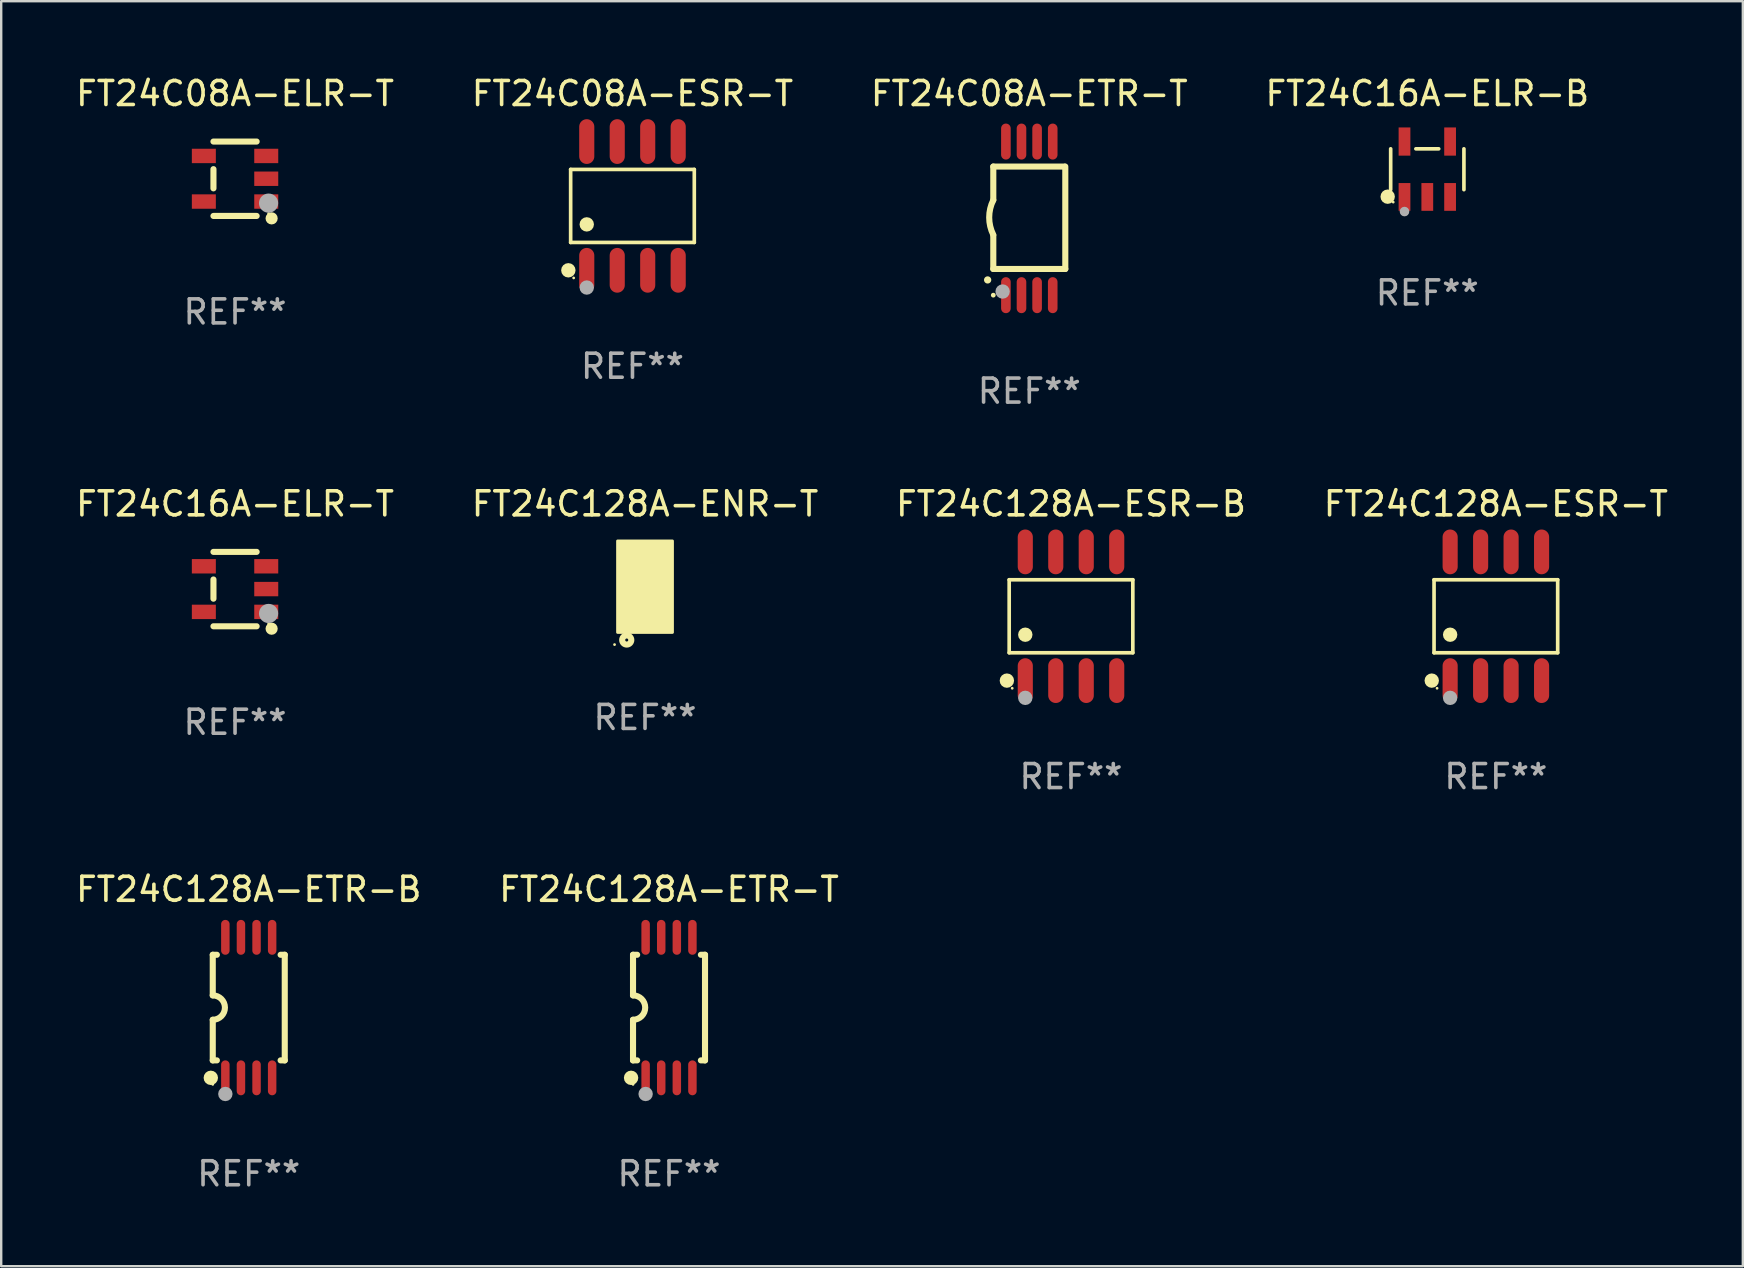
<source format=kicad_pcb>
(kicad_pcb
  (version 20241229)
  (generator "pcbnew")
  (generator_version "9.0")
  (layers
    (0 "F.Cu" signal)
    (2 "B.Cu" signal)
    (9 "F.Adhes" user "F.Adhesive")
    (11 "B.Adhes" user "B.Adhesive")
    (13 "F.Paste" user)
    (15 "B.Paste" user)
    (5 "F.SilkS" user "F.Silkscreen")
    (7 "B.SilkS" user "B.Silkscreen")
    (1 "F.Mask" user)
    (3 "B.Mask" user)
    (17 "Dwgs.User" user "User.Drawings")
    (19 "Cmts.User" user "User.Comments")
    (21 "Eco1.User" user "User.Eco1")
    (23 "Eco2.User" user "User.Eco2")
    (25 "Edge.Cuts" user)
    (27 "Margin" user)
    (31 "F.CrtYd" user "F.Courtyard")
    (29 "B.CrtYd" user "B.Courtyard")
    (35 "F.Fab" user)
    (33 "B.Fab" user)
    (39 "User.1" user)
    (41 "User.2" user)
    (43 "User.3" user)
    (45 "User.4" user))
  (footprint "FT24C08A-ETR-T"
    (layer "F.Cu")
    (at 39.839 6.049)
    (property "Reference" "FT24C08A-ETR-T" (at 0 -5.2 0) (layer "F.SilkS") (effects (font (size 1 1) (thickness 0.15))))
    (attr through_hole)
    (fp_line (start -1.5 -0.762) (end -1.5 -2.159) (stroke (width 0.254) (type solid)) (layer "F.SilkS"))
    (fp_line (start -1.5 2.108) (end -1.5 0.711) (stroke (width 0.254) (type solid)) (layer "F.SilkS"))
    (fp_line (start -1.5 2.108) (end 1.5 2.108) (stroke (width 0.254) (type solid)) (layer "F.SilkS"))
    (fp_line (start 1.463 -2.159) (end -1.5 -2.159) (stroke (width 0.254) (type solid)) (layer "F.SilkS"))
    (fp_line (start 1.5 2.108) (end 1.5 -2.159) (stroke (width 0.254) (type solid)) (layer "F.SilkS"))
    (fp_arc (start -1.737287 2.565405) (mid -1.736017 2.5654) (end -1.734747 2.565405) (stroke (width 0.3) (type solid)) (layer "F.SilkS"))
    (fp_arc (start -1.500076 0.685801) (mid -1.670966 -0.0381) (end -1.500076 -0.762002) (stroke (width 0.254001) (type solid)) (layer "F.SilkS"))
    (fp_circle (center -1.5 3.2) (end -1.45 3.2) (stroke (width 0.1) (type solid)) (fill no) (layer "F.SilkS"))
    (fp_circle (center -1.112 3.048) (end -0.962 3.048) (stroke (width 0.3) (type solid)) (fill no) (layer "F.Fab"))
    (fp_text user "REF**" (at 0 7.2 0) (layer "F.Fab") (effects (font (size 1 1) (thickness 0.15))))
    (pad "1" smd oval (at -0.975 3.2 180) (size 0.4 1.5) (layers "F.Cu" "F.Mask" "F.Paste"))
    (pad "2" smd oval (at -0.325 3.2 180) (size 0.4 1.5) (layers "F.Cu" "F.Mask" "F.Paste"))
    (pad "3" smd oval (at 0.325 3.2 180) (size 0.4 1.5) (layers "F.Cu" "F.Mask" "F.Paste"))
    (pad "4" smd oval (at 0.976 3.2 180) (size 0.4 1.5) (layers "F.Cu" "F.Mask" "F.Paste"))
    (pad "5" smd oval (at 0.976 -3.2 180) (size 0.4 1.5) (layers "F.Cu" "F.Mask" "F.Paste"))
    (pad "6" smd oval (at 0.325 -3.2 180) (size 0.4 1.5) (layers "F.Cu" "F.Mask" "F.Paste"))
    (pad "7" smd oval (at -0.325 -3.2 180) (size 0.4 1.5) (layers "F.Cu" "F.Mask" "F.Paste"))
    (pad "8" smd oval (at -0.975 -3.2 180) (size 0.4 1.5) (layers "F.Cu" "F.Mask" "F.Paste")))
  (footprint "FT24C16A-ELR-B"
    (layer "F.Cu")
    (at 56.423 4.002)
    (property "Reference" "FT24C16A-ELR-B" (at 0 -3.154 0) (layer "F.SilkS") (effects (font (size 1 1) (thickness 0.15))))
    (attr through_hole)
    (fp_line (start -1.526 0.851) (end -1.526 -0.851) (stroke (width 0.152) (type solid)) (layer "F.SilkS"))
    (fp_line (start 0.476 -0.851) (end -0.476 -0.851) (stroke (width 0.152) (type solid)) (layer "F.SilkS"))
    (fp_line (start 1.526 0.851) (end 1.526 -0.851) (stroke (width 0.152) (type solid)) (layer "F.SilkS"))
    (fp_circle (center -1.651 1.143) (end -1.501 1.143) (stroke (width 0.3) (type solid)) (fill no) (layer "F.SilkS"))
    (fp_circle (center -1.42 1.37) (end -1.39 1.37) (stroke (width 0.06) (type solid)) (fill no) (layer "F.SilkS"))
    (fp_circle (center -0.95 1.763) (end -0.85 1.763) (stroke (width 0.2) (type solid)) (fill no) (layer "F.Fab"))
    (fp_text user "REF**" (at 0 5.154 0) (layer "F.Fab") (effects (font (size 1 1) (thickness 0.15))))
    (pad "1" smd rect (at -0.95 1.154) (size 0.49 1.157) (layers "F.Cu" "F.Mask" "F.Paste"))
    (pad "2" smd rect (at 0 1.154) (size 0.49 1.157) (layers "F.Cu" "F.Mask" "F.Paste"))
    (pad "3" smd rect (at 0.95 1.154) (size 0.49 1.157) (layers "F.Cu" "F.Mask" "F.Paste"))
    (pad "4" smd rect (at 0.95 -1.154) (size 0.49 1.175) (layers "F.Cu" "F.Mask" "F.Paste"))
    (pad "5" smd rect (at -0.95 -1.154) (size 0.49 1.175) (layers "F.Cu" "F.Mask" "F.Paste")))
  (footprint "FT24C08A-ELR-T"
    (layer "F.Cu")
    (at 6.744 4.398)
    (property "Reference" "FT24C08A-ELR-T" (at 0 -3.55 0) (layer "F.SilkS") (effects (font (size 1 1) (thickness 0.15))))
    (attr through_hole)
    (fp_line (start -0.9 -1.55) (end 0.9 -1.55) (stroke (width 0.254) (type solid)) (layer "F.SilkS"))
    (fp_line (start -0.9 0.4) (end -0.9 -0.4) (stroke (width 0.254) (type solid)) (layer "F.SilkS"))
    (fp_line (start -0.9 1.55) (end 0.9 1.55) (stroke (width 0.254) (type solid)) (layer "F.SilkS"))
    (fp_circle (center 1.4 1.45) (end 1.43 1.45) (stroke (width 0.06) (type solid)) (fill no) (layer "F.SilkS"))
    (fp_circle (center 1.524 1.651) (end 1.651 1.651) (stroke (width 0.254) (type solid)) (fill no) (layer "F.SilkS"))
    (fp_circle (center 1.397 1.016) (end 1.597 1.016) (stroke (width 0.4) (type solid)) (fill no) (layer "F.Fab"))
    (fp_text user "REF**" (at 0 5.55 0) (layer "F.Fab") (effects (font (size 1 1) (thickness 0.15))))
    (pad "1" smd rect (at 1.3 0.95) (size 1 0.6) (layers "F.Cu" "F.Mask" "F.Paste"))
    (pad "2" smd rect (at 1.3 -0.000051) (size 1 0.6) (layers "F.Cu" "F.Mask" "F.Paste"))
    (pad "3" smd rect (at 1.3 -0.95) (size 1 0.6) (layers "F.Cu" "F.Mask" "F.Paste"))
    (pad "4" smd rect (at -1.3 -0.95) (size 1 0.6) (layers "F.Cu" "F.Mask" "F.Paste"))
    (pad "5" smd rect (at -1.3 0.95) (size 1 0.6) (layers "F.Cu" "F.Mask" "F.Paste")))
  (footprint "FT24C16A-ELR-T"
    (layer "F.Cu")
    (at 6.744 21.496)
    (property "Reference" "FT24C16A-ELR-T" (at 0 -3.55 0) (layer "F.SilkS") (effects (font (size 1 1) (thickness 0.15))))
    (attr through_hole)
    (fp_line (start -0.9 -1.55) (end 0.9 -1.55) (stroke (width 0.254) (type solid)) (layer "F.SilkS"))
    (fp_line (start -0.9 0.4) (end -0.9 -0.4) (stroke (width 0.254) (type solid)) (layer "F.SilkS"))
    (fp_line (start -0.9 1.55) (end 0.9 1.55) (stroke (width 0.254) (type solid)) (layer "F.SilkS"))
    (fp_circle (center 1.4 1.45) (end 1.43 1.45) (stroke (width 0.06) (type solid)) (fill no) (layer "F.SilkS"))
    (fp_circle (center 1.524 1.651) (end 1.651 1.651) (stroke (width 0.254) (type solid)) (fill no) (layer "F.SilkS"))
    (fp_circle (center 1.397 1.016) (end 1.597 1.016) (stroke (width 0.4) (type solid)) (fill no) (layer "F.Fab"))
    (fp_text user "REF**" (at 0 5.55 0) (layer "F.Fab") (effects (font (size 1 1) (thickness 0.15))))
    (pad "1" smd rect (at 1.3 0.95) (size 1 0.6) (layers "F.Cu" "F.Mask" "F.Paste"))
    (pad "2" smd rect (at 1.3 -0.000051) (size 1 0.6) (layers "F.Cu" "F.Mask" "F.Paste"))
    (pad "3" smd rect (at 1.3 -0.95) (size 1 0.6) (layers "F.Cu" "F.Mask" "F.Paste"))
    (pad "4" smd rect (at -1.3 -0.95) (size 1 0.6) (layers "F.Cu" "F.Mask" "F.Paste"))
    (pad "5" smd rect (at -1.3 0.95) (size 1 0.6) (layers "F.Cu" "F.Mask" "F.Paste")))
  (footprint "FT24C128A-ESR-B"
    (layer "F.Cu")
    (at 41.577 22.628)
    (property "Reference" "FT24C128A-ESR-B" (at 0 -4.682 0) (layer "F.SilkS") (effects (font (size 1 1) (thickness 0.15))))
    (attr through_hole)
    (fp_line (start -2.576 -1.521) (end 2.576 -1.521) (stroke (width 0.152) (type solid)) (layer "F.SilkS"))
    (fp_line (start -2.576 1.521) (end -2.576 -1.521) (stroke (width 0.152) (type solid)) (layer "F.SilkS"))
    (fp_line (start 2.576 -1.521) (end 2.576 1.521) (stroke (width 0.152) (type solid)) (layer "F.SilkS"))
    (fp_line (start 2.576 1.521) (end -2.576 1.521) (stroke (width 0.152) (type solid)) (layer "F.SilkS"))
    (fp_circle (center -2.672 2.682) (end -2.522 2.682) (stroke (width 0.3) (type solid)) (fill no) (layer "F.SilkS"))
    (fp_circle (center -2.45 3) (end -2.42 3) (stroke (width 0.06) (type solid)) (fill no) (layer "F.SilkS"))
    (fp_circle (center -1.905 0.769) (end -1.755 0.769) (stroke (width 0.3) (type solid)) (fill no) (layer "F.SilkS"))
    (fp_circle (center -1.905 3.4) (end -1.755 3.4) (stroke (width 0.3) (type solid)) (fill no) (layer "F.Fab"))
    (fp_text user "REF**" (at 0 6.682 0) (layer "F.Fab") (effects (font (size 1 1) (thickness 0.15))))
    (pad "1" smd oval (at -1.905 2.682) (size 0.63 1.865) (layers "F.Cu" "F.Mask" "F.Paste"))
    (pad "2" smd oval (at -0.635 2.682) (size 0.63 1.865) (layers "F.Cu" "F.Mask" "F.Paste"))
    (pad "3" smd oval (at 0.635 2.682) (size 0.63 1.865) (layers "F.Cu" "F.Mask" "F.Paste"))
    (pad "4" smd oval (at 1.905 2.682) (size 0.63 1.865) (layers "F.Cu" "F.Mask" "F.Paste"))
    (pad "5" smd oval (at 1.905 -2.682) (size 0.63 1.865) (layers "F.Cu" "F.Mask" "F.Paste"))
    (pad "6" smd oval (at 0.635 -2.682) (size 0.63 1.865) (layers "F.Cu" "F.Mask" "F.Paste"))
    (pad "7" smd oval (at -0.635 -2.682) (size 0.63 1.865) (layers "F.Cu" "F.Mask" "F.Paste"))
    (pad "8" smd oval (at -1.905 -2.682) (size 0.63 1.865) (layers "F.Cu" "F.Mask" "F.Paste")))
  (footprint "FT24C08A-ESR-T"
    (layer "F.Cu")
    (at 23.304 5.531)
    (property "Reference" "FT24C08A-ESR-T" (at 0 -4.682 0) (layer "F.SilkS") (effects (font (size 1 1) (thickness 0.15))))
    (attr through_hole)
    (fp_line (start -2.576 -1.521) (end 2.576 -1.521) (stroke (width 0.152) (type solid)) (layer "F.SilkS"))
    (fp_line (start -2.576 1.521) (end -2.576 -1.521) (stroke (width 0.152) (type solid)) (layer "F.SilkS"))
    (fp_line (start 2.576 -1.521) (end 2.576 1.521) (stroke (width 0.152) (type solid)) (layer "F.SilkS"))
    (fp_line (start 2.576 1.521) (end -2.576 1.521) (stroke (width 0.152) (type solid)) (layer "F.SilkS"))
    (fp_circle (center -2.672 2.682) (end -2.522 2.682) (stroke (width 0.3) (type solid)) (fill no) (layer "F.SilkS"))
    (fp_circle (center -2.45 3) (end -2.42 3) (stroke (width 0.06) (type solid)) (fill no) (layer "F.SilkS"))
    (fp_circle (center -1.905 0.769) (end -1.755 0.769) (stroke (width 0.3) (type solid)) (fill no) (layer "F.SilkS"))
    (fp_circle (center -1.905 3.4) (end -1.755 3.4) (stroke (width 0.3) (type solid)) (fill no) (layer "F.Fab"))
    (fp_text user "REF**" (at 0 6.682 0) (layer "F.Fab") (effects (font (size 1 1) (thickness 0.15))))
    (pad "1" smd oval (at -1.905 2.682) (size 0.63 1.865) (layers "F.Cu" "F.Mask" "F.Paste"))
    (pad "2" smd oval (at -0.635 2.682) (size 0.63 1.865) (layers "F.Cu" "F.Mask" "F.Paste"))
    (pad "3" smd oval (at 0.635 2.682) (size 0.63 1.865) (layers "F.Cu" "F.Mask" "F.Paste"))
    (pad "4" smd oval (at 1.905 2.682) (size 0.63 1.865) (layers "F.Cu" "F.Mask" "F.Paste"))
    (pad "5" smd oval (at 1.905 -2.682) (size 0.63 1.865) (layers "F.Cu" "F.Mask" "F.Paste"))
    (pad "6" smd oval (at 0.635 -2.682) (size 0.63 1.865) (layers "F.Cu" "F.Mask" "F.Paste"))
    (pad "7" smd oval (at -0.635 -2.682) (size 0.63 1.865) (layers "F.Cu" "F.Mask" "F.Paste"))
    (pad "8" smd oval (at -1.905 -2.682) (size 0.63 1.865) (layers "F.Cu" "F.Mask" "F.Paste")))
  (footprint "FT24C128A-ETR-B"
    (layer "F.Cu")
    (at 7.315 38.934)
    (property "Reference" "FT24C128A-ETR-B" (at 0 -4.927 0) (layer "F.SilkS") (effects (font (size 1 1) (thickness 0.15))))
    (attr through_hole)
    (fp_line (start -1.5 -2.2) (end -1.5 -0.508) (stroke (width 0.254) (type solid)) (layer "F.SilkS"))
    (fp_line (start -1.5 -2.2) (end -1.328 -2.2) (stroke (width 0.254) (type solid)) (layer "F.SilkS"))
    (fp_line (start -1.5 2.2) (end -1.5 0.508) (stroke (width 0.254) (type solid)) (layer "F.SilkS"))
    (fp_line (start -1.5 2.2) (end -1.328 2.2) (stroke (width 0.254) (type solid)) (layer "F.SilkS"))
    (fp_line (start 1.328 -2.2) (end 1.5 -2.2) (stroke (width 0.254) (type solid)) (layer "F.SilkS"))
    (fp_line (start 1.328 2.2) (end 1.5 2.2) (stroke (width 0.254) (type solid)) (layer "F.SilkS"))
    (fp_line (start 1.5 -2.2) (end 1.5 2.2) (stroke (width 0.254) (type solid)) (layer "F.SilkS"))
    (fp_arc (start -1.501144 -0.508) (mid -0.993143 -0.000571) (end -1.5 0.508001) (stroke (width 0.254001) (type solid)) (layer "F.SilkS"))
    (fp_circle (center -1.581 2.927) (end -1.431 2.927) (stroke (width 0.3) (type solid)) (fill no) (layer "F.SilkS"))
    (fp_circle (center -1.5 3.2) (end -1.47 3.2) (stroke (width 0.06) (type solid)) (fill no) (layer "F.SilkS"))
    (fp_circle (center -0.975 3.6) (end -0.825 3.6) (stroke (width 0.3) (type solid)) (fill no) (layer "F.Fab"))
    (fp_text user "REF**" (at 0 6.927 0) (layer "F.Fab") (effects (font (size 1 1) (thickness 0.15))))
    (pad "1" smd oval (at -0.975 2.927) (size 0.353 1.454) (layers "F.Cu" "F.Mask" "F.Paste"))
    (pad "2" smd oval (at -0.325 2.927) (size 0.353 1.454) (layers "F.Cu" "F.Mask" "F.Paste"))
    (pad "3" smd oval (at 0.325 2.927) (size 0.353 1.454) (layers "F.Cu" "F.Mask" "F.Paste"))
    (pad "4" smd oval (at 0.975 2.927) (size 0.353 1.454) (layers "F.Cu" "F.Mask" "F.Paste"))
    (pad "5" smd oval (at 0.975 -2.927) (size 0.353 1.454) (layers "F.Cu" "F.Mask" "F.Paste"))
    (pad "6" smd oval (at 0.325 -2.927) (size 0.353 1.454) (layers "F.Cu" "F.Mask" "F.Paste"))
    (pad "7" smd oval (at -0.325 -2.927) (size 0.353 1.454) (layers "F.Cu" "F.Mask" "F.Paste"))
    (pad "8" smd oval (at -0.975 -2.927) (size 0.353 1.454) (layers "F.Cu" "F.Mask" "F.Paste")))
  (footprint "FT24C128A-ETR-T"
    (layer "F.Cu")
    (at 24.827 38.934)
    (property "Reference" "FT24C128A-ETR-T" (at 0 -4.927 0) (layer "F.SilkS") (effects (font (size 1 1) (thickness 0.15))))
    (attr through_hole)
    (fp_line (start -1.5 -2.2) (end -1.5 -0.508) (stroke (width 0.254) (type solid)) (layer "F.SilkS"))
    (fp_line (start -1.5 -2.2) (end -1.328 -2.2) (stroke (width 0.254) (type solid)) (layer "F.SilkS"))
    (fp_line (start -1.5 2.2) (end -1.5 0.508) (stroke (width 0.254) (type solid)) (layer "F.SilkS"))
    (fp_line (start -1.5 2.2) (end -1.328 2.2) (stroke (width 0.254) (type solid)) (layer "F.SilkS"))
    (fp_line (start 1.328 -2.2) (end 1.5 -2.2) (stroke (width 0.254) (type solid)) (layer "F.SilkS"))
    (fp_line (start 1.328 2.2) (end 1.5 2.2) (stroke (width 0.254) (type solid)) (layer "F.SilkS"))
    (fp_line (start 1.5 -2.2) (end 1.5 2.2) (stroke (width 0.254) (type solid)) (layer "F.SilkS"))
    (fp_arc (start -1.501144 -0.508) (mid -0.993143 -0.000571) (end -1.5 0.508001) (stroke (width 0.254001) (type solid)) (layer "F.SilkS"))
    (fp_circle (center -1.581 2.927) (end -1.431 2.927) (stroke (width 0.3) (type solid)) (fill no) (layer "F.SilkS"))
    (fp_circle (center -1.5 3.2) (end -1.47 3.2) (stroke (width 0.06) (type solid)) (fill no) (layer "F.SilkS"))
    (fp_circle (center -0.975 3.6) (end -0.825 3.6) (stroke (width 0.3) (type solid)) (fill no) (layer "F.Fab"))
    (fp_text user "REF**" (at 0 6.927 0) (layer "F.Fab") (effects (font (size 1 1) (thickness 0.15))))
    (pad "1" smd oval (at -0.975 2.927) (size 0.353 1.454) (layers "F.Cu" "F.Mask" "F.Paste"))
    (pad "2" smd oval (at -0.325 2.927) (size 0.353 1.454) (layers "F.Cu" "F.Mask" "F.Paste"))
    (pad "3" smd oval (at 0.325 2.927) (size 0.353 1.454) (layers "F.Cu" "F.Mask" "F.Paste"))
    (pad "4" smd oval (at 0.975 2.927) (size 0.353 1.454) (layers "F.Cu" "F.Mask" "F.Paste"))
    (pad "5" smd oval (at 0.975 -2.927) (size 0.353 1.454) (layers "F.Cu" "F.Mask" "F.Paste"))
    (pad "6" smd oval (at 0.325 -2.927) (size 0.353 1.454) (layers "F.Cu" "F.Mask" "F.Paste"))
    (pad "7" smd oval (at -0.325 -2.927) (size 0.353 1.454) (layers "F.Cu" "F.Mask" "F.Paste"))
    (pad "8" smd oval (at -0.975 -2.927) (size 0.353 1.454) (layers "F.Cu" "F.Mask" "F.Paste")))
  (footprint "FT24C128A-ESR-T"
    (layer "F.Cu")
    (at 59.28 22.628)
    (property "Reference" "FT24C128A-ESR-T" (at 0 -4.682 0) (layer "F.SilkS") (effects (font (size 1 1) (thickness 0.15))))
    (attr through_hole)
    (fp_line (start -2.576 -1.521) (end 2.576 -1.521) (stroke (width 0.152) (type solid)) (layer "F.SilkS"))
    (fp_line (start -2.576 1.521) (end -2.576 -1.521) (stroke (width 0.152) (type solid)) (layer "F.SilkS"))
    (fp_line (start 2.576 -1.521) (end 2.576 1.521) (stroke (width 0.152) (type solid)) (layer "F.SilkS"))
    (fp_line (start 2.576 1.521) (end -2.576 1.521) (stroke (width 0.152) (type solid)) (layer "F.SilkS"))
    (fp_circle (center -2.672 2.682) (end -2.522 2.682) (stroke (width 0.3) (type solid)) (fill no) (layer "F.SilkS"))
    (fp_circle (center -2.45 3) (end -2.42 3) (stroke (width 0.06) (type solid)) (fill no) (layer "F.SilkS"))
    (fp_circle (center -1.905 0.769) (end -1.755 0.769) (stroke (width 0.3) (type solid)) (fill no) (layer "F.SilkS"))
    (fp_circle (center -1.905 3.4) (end -1.755 3.4) (stroke (width 0.3) (type solid)) (fill no) (layer "F.Fab"))
    (fp_text user "REF**" (at 0 6.682 0) (layer "F.Fab") (effects (font (size 1 1) (thickness 0.15))))
    (pad "1" smd oval (at -1.905 2.682) (size 0.63 1.865) (layers "F.Cu" "F.Mask" "F.Paste"))
    (pad "2" smd oval (at -0.635 2.682) (size 0.63 1.865) (layers "F.Cu" "F.Mask" "F.Paste"))
    (pad "3" smd oval (at 0.635 2.682) (size 0.63 1.865) (layers "F.Cu" "F.Mask" "F.Paste"))
    (pad "4" smd oval (at 1.905 2.682) (size 0.63 1.865) (layers "F.Cu" "F.Mask" "F.Paste"))
    (pad "5" smd oval (at 1.905 -2.682) (size 0.63 1.865) (layers "F.Cu" "F.Mask" "F.Paste"))
    (pad "6" smd oval (at 0.635 -2.682) (size 0.63 1.865) (layers "F.Cu" "F.Mask" "F.Paste"))
    (pad "7" smd oval (at -0.635 -2.682) (size 0.63 1.865) (layers "F.Cu" "F.Mask" "F.Paste"))
    (pad "8" smd oval (at -1.905 -2.682) (size 0.63 1.865) (layers "F.Cu" "F.Mask" "F.Paste")))
  (footprint "FT24C128A-ENR-T"
    (layer "F.Cu")
    (at 23.827 21.396)
    (property "Reference" "FT24C128A-ENR-T" (at 0 -3.45 0) (layer "F.SilkS") (effects (font (size 1 1) (thickness 0.15))))
    (attr through_hole)
    (fp_circle (center -1.27 2.413) (end -1.24 2.413) (stroke (width 0.06) (type solid)) (fill no) (layer "F.SilkS"))
    (fp_circle (center -0.762 2.222) (end -0.699 2.222) (stroke (width 0.254) (type solid)) (fill no) (layer "F.SilkS"))
    (fp_poly (pts (xy -1.143 -1.905) (xy 1.143 -1.905) (xy 1.143 1.905) (xy -1.143 1.905)) (stroke (width 0.12) (type solid)) (fill yes) (layer "F.SilkS"))
    (fp_text user "REF**" (at 0 5.45 0) (layer "F.Fab") (effects (font (size 1 1) (thickness 0.15))))
    (pad "1" smd rect (at -0.75 1.45) (size 0.25 0.5) (layers "F.Cu" "F.Mask" "F.Paste"))
    (pad "2" smd rect (at -0.25 1.45) (size 0.25 0.5) (layers "F.Cu" "F.Mask" "F.Paste"))
    (pad "3" smd rect (at 0.25 1.45) (size 0.25 0.5) (layers "F.Cu" "F.Mask" "F.Paste"))
    (pad "4" smd rect (at 0.75 1.45) (size 0.25 0.5) (layers "F.Cu" "F.Mask" "F.Paste"))
    (pad "5" smd rect (at 0.75 -1.45) (size 0.25 0.5) (layers "F.Cu" "F.Mask" "F.Paste"))
    (pad "6" smd rect (at 0.25 -1.45) (size 0.25 0.5) (layers "F.Cu" "F.Mask" "F.Paste"))
    (pad "7" smd rect (at -0.25 -1.45) (size 0.25 0.5) (layers "F.Cu" "F.Mask" "F.Paste"))
    (pad "8" smd rect (at -0.75 -1.45) (size 0.25 0.5) (layers "F.Cu" "F.Mask" "F.Paste"))
    (pad "9" smd rect (at 0 -0.000127) (size 1.5 1.6) (layers "F.Cu" "F.Mask" "F.Paste")))
  (gr_rect
    (start -3 -3)
    (end 69.571 49.71)
    (stroke (width 0.1) (type default))
    (fill no)
    (layer "Edge.Cuts")))
</source>
